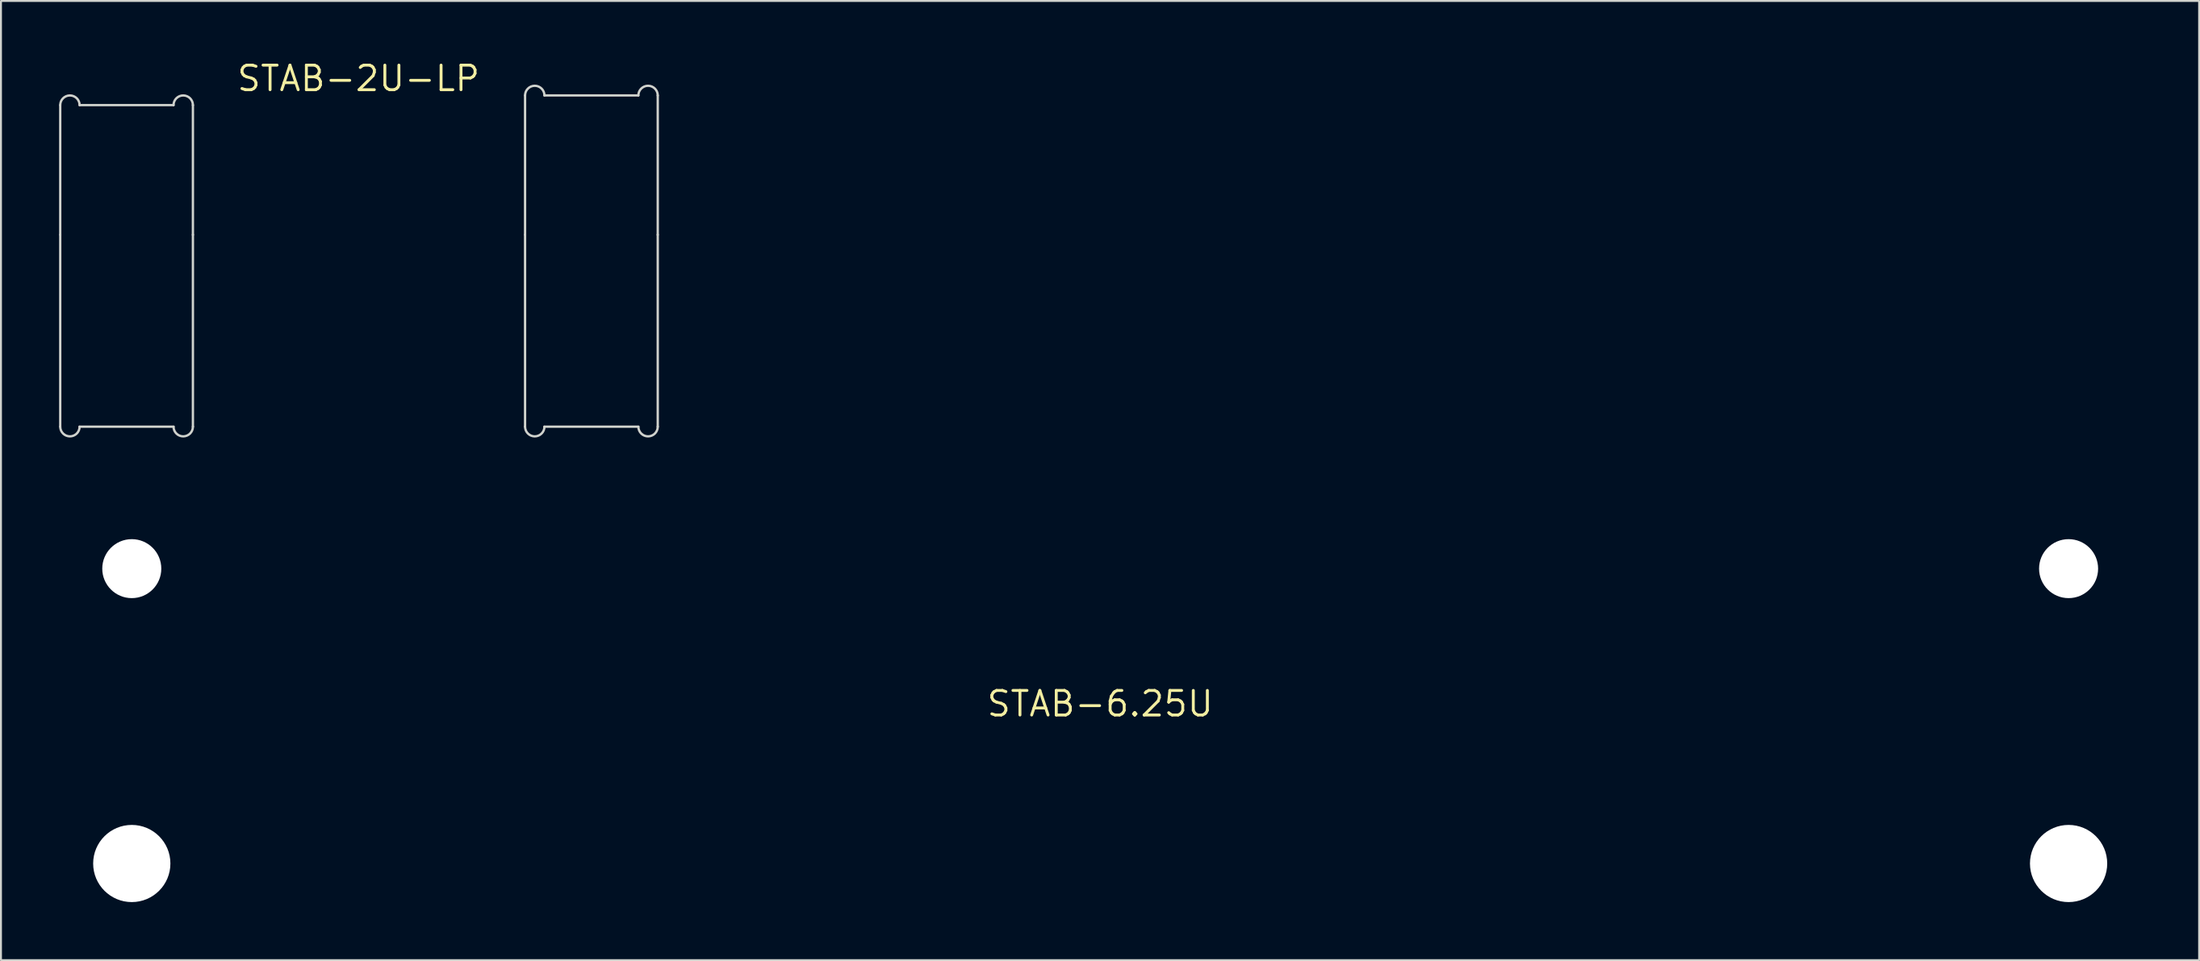
<source format=kicad_pcb>
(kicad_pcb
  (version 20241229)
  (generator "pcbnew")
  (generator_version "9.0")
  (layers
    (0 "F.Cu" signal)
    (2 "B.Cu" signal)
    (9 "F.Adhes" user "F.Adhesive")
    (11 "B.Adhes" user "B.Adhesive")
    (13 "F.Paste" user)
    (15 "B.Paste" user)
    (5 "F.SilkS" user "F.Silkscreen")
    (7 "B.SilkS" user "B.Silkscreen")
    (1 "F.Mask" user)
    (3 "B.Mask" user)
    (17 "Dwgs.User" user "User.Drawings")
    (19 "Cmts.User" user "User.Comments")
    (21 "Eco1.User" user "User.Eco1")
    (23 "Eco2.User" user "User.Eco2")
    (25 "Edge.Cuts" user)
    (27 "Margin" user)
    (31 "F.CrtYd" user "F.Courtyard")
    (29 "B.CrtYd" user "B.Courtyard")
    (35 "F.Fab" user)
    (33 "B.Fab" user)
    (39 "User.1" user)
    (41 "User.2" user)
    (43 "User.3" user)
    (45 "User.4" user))
  (footprint "STAB-2U-LP"
    (layer "F.Cu")
    (at 15.485 9.083)
    (property "Reference" "STAB-2U-LP" (at -0.025 -8.077 0) (layer "F.SilkS") (effects (font (size 1.27 1.27) (thickness 0.15))))
    (attr board_only exclude_from_pos_files exclude_from_bom)
    (fp_line (start -15.425 0) (end -15.425 -6.7) (stroke (width 0.12) (type default)) (layer "Edge.Cuts"))
    (fp_line (start -15.425 0) (end -15.425 9.92) (stroke (width 0.12) (type default)) (layer "Edge.Cuts"))
    (fp_line (start -14.425 -6.7) (end -9.575 -6.7) (stroke (width 0.12) (type default)) (layer "Edge.Cuts"))
    (fp_line (start -14.425 9.92) (end -9.575 9.92) (stroke (width 0.12) (type default)) (layer "Edge.Cuts"))
    (fp_line (start -8.575 0) (end -8.575 -6.7) (stroke (width 0.12) (type default)) (layer "Edge.Cuts"))
    (fp_line (start -8.575 0) (end -8.575 9.92) (stroke (width 0.12) (type default)) (layer "Edge.Cuts"))
    (fp_line (start 8.575 0) (end 8.575 -7.2) (stroke (width 0.12) (type default)) (layer "Edge.Cuts"))
    (fp_line (start 8.575 0) (end 8.575 9.92) (stroke (width 0.12) (type default)) (layer "Edge.Cuts"))
    (fp_line (start 9.575 -7.2) (end 14.425 -7.2) (stroke (width 0.12) (type default)) (layer "Edge.Cuts"))
    (fp_line (start 9.575 9.92) (end 14.425 9.92) (stroke (width 0.12) (type default)) (layer "Edge.Cuts"))
    (fp_line (start 15.425 0) (end 15.425 -7.2) (stroke (width 0.12) (type default)) (layer "Edge.Cuts"))
    (fp_line (start 15.425 0) (end 15.425 9.92) (stroke (width 0.12) (type default)) (layer "Edge.Cuts"))
    (fp_arc (start -15.425 -6.7) (mid -14.925 -7.2) (end -14.425 -6.7) (stroke (width 0.12) (type default)) (layer "Edge.Cuts"))
    (fp_arc (start -14.425 9.92) (mid -14.925 10.42) (end -15.425 9.92) (stroke (width 0.12) (type default)) (layer "Edge.Cuts"))
    (fp_arc (start -9.575 -6.7) (mid -9.075 -7.2) (end -8.575 -6.7) (stroke (width 0.12) (type default)) (layer "Edge.Cuts"))
    (fp_arc (start -8.575 9.92) (mid -9.075 10.42) (end -9.575 9.92) (stroke (width 0.12) (type default)) (layer "Edge.Cuts"))
    (fp_arc (start 8.575 -7.2) (mid 9.075 -7.7) (end 9.575 -7.2) (stroke (width 0.12) (type default)) (layer "Edge.Cuts"))
    (fp_arc (start 9.575 9.92) (mid 9.075 10.42) (end 8.575 9.92) (stroke (width 0.12) (type default)) (layer "Edge.Cuts"))
    (fp_arc (start 14.425 -7.2) (mid 14.925 -7.7) (end 15.425 -7.2) (stroke (width 0.12) (type default)) (layer "Edge.Cuts"))
    (fp_arc (start 15.425 9.92) (mid 14.925 10.42) (end 14.425 9.92) (stroke (width 0.12) (type default)) (layer "Edge.Cuts")))
  (footprint "STAB-6.25U"
    (layer "F.Cu")
    (at 53.754 33.325)
    (property "Reference" "STAB-6.25U" (at 0 0 0) (layer "F.SilkS") (effects (font (size 1.27 1.27) (thickness 0.15))))
    (attr board_only exclude_from_pos_files exclude_from_bom)
    (pad "" np_thru_hole circle (at -50 -6.985) (size 3.048 3.048) (drill 3.048) (layers "*.Cu" "*.Mask"))
    (pad "" np_thru_hole circle (at -50 8.255) (size 3.988 3.988) (drill 3.988) (layers "*.Cu" "*.Mask"))
    (pad "" np_thru_hole circle (at 50 -6.985) (size 3.048 3.048) (drill 3.048) (layers "*.Cu" "*.Mask"))
    (pad "" np_thru_hole circle (at 50 8.255) (size 3.988 3.988) (drill 3.988) (layers "*.Cu" "*.Mask"))
    (zone (net_name "") (layer "F.Cu") (hatch edge 0.508) (connect_pads) (min_thickness 0.254) (filled_areas_thickness no) (keepout (tracks not_allowed) (vias not_allowed) (pads not_allowed) (copperpour not_allowed) (footprints allowed)) (placement (enabled no)) (fill) (polygon (pts (xy 5.842 26.31) (xy 5.81 25.946) (xy 5.716 25.593) (xy 5.561 25.262) (xy 5.352 24.963) (xy 5.093 24.705) (xy 4.794 24.495) (xy 4.463 24.341) (xy 4.11 24.246) (xy 3.747 24.214) (xy 3.383 24.246) (xy 3.03 24.341) (xy 2.699 24.495) (xy 2.4 24.705) (xy 2.141 24.963) (xy 1.932 25.262) (xy 1.777 25.593) (xy 1.683 25.946) (xy 1.651 26.31) (xy 1.683 26.674) (xy 1.777 27.027) (xy 1.932 27.358) (xy 2.141 27.657) (xy 2.4 27.915) (xy 2.699 28.125) (xy 3.03 28.279) (xy 3.383 28.374) (xy 3.747 28.405) (xy 4.11 28.374) (xy 4.463 28.279) (xy 4.794 28.125) (xy 5.093 27.915) (xy 5.352 27.657) (xy 5.561 27.358) (xy 5.716 27.027) (xy 5.81 26.674))) (polygon (pts (xy 5.715 26.31) (xy 5.685 25.968) (xy 5.596 25.637) (xy 5.451 25.326) (xy 5.254 25.045) (xy 5.012 24.802) (xy 4.731 24.605) (xy 4.42 24.46) (xy 4.088 24.371) (xy 3.747 24.341) (xy 3.405 24.371) (xy 3.073 24.46) (xy 2.762 24.605) (xy 2.481 24.802) (xy 2.239 25.045) (xy 2.042 25.326) (xy 1.897 25.637) (xy 1.808 25.968) (xy 1.778 26.31) (xy 1.808 26.652) (xy 1.897 26.983) (xy 2.042 27.294) (xy 2.239 27.575) (xy 2.481 27.818) (xy 2.762 28.015) (xy 3.073 28.16) (xy 3.405 28.248) (xy 3.747 28.278) (xy 4.088 28.248) (xy 4.42 28.16) (xy 4.731 28.015) (xy 5.012 27.818) (xy 5.254 27.575) (xy 5.451 27.294) (xy 5.596 26.983) (xy 5.685 26.652))))
    (zone (net_name "") (layer "F.Cu") (hatch edge 0.508) (connect_pads) (min_thickness 0.254) (filled_areas_thickness no) (keepout (tracks not_allowed) (vias not_allowed) (pads not_allowed) (copperpour not_allowed) (footprints allowed)) (placement (enabled no)) (fill) (polygon (pts (xy 105.842 26.31) (xy 105.81 25.946) (xy 105.715 25.593) (xy 105.561 25.262) (xy 105.352 24.963) (xy 105.093 24.705) (xy 104.794 24.495) (xy 104.463 24.341) (xy 104.11 24.246) (xy 103.746 24.214) (xy 103.382 24.246) (xy 103.03 24.341) (xy 102.699 24.495) (xy 102.399 24.705) (xy 102.141 24.963) (xy 101.932 25.262) (xy 101.777 25.593) (xy 101.683 25.946) (xy 101.651 26.31) (xy 101.683 26.674) (xy 101.777 27.027) (xy 101.932 27.358) (xy 102.141 27.657) (xy 102.399 27.915) (xy 102.699 28.125) (xy 103.03 28.279) (xy 103.382 28.374) (xy 103.746 28.405) (xy 104.11 28.374) (xy 104.463 28.279) (xy 104.794 28.125) (xy 105.093 27.915) (xy 105.352 27.657) (xy 105.561 27.358) (xy 105.715 27.027) (xy 105.81 26.674))) (polygon (pts (xy 105.715 26.31) (xy 105.685 25.968) (xy 105.596 25.637) (xy 105.451 25.326) (xy 105.254 25.045) (xy 105.012 24.802) (xy 104.731 24.605) (xy 104.42 24.46) (xy 104.088 24.371) (xy 103.746 24.341) (xy 103.404 24.371) (xy 103.073 24.46) (xy 102.762 24.605) (xy 102.481 24.802) (xy 102.238 25.045) (xy 102.042 25.326) (xy 101.897 25.637) (xy 101.808 25.968) (xy 101.778 26.31) (xy 101.808 26.652) (xy 101.897 26.983) (xy 102.042 27.294) (xy 102.238 27.575) (xy 102.481 27.818) (xy 102.762 28.015) (xy 103.073 28.16) (xy 103.404 28.248) (xy 103.746 28.278) (xy 104.088 28.248) (xy 104.42 28.16) (xy 104.731 28.015) (xy 105.012 27.818) (xy 105.254 27.575) (xy 105.451 27.294) (xy 105.596 26.983) (xy 105.685 26.652))))
    (zone (net_name "") (layer "B.Cu") (hatch edge 0.508) (connect_pads) (min_thickness 0.254) (filled_areas_thickness no) (keepout (tracks not_allowed) (vias not_allowed) (pads not_allowed) (copperpour not_allowed) (footprints allowed)) (placement (enabled no)) (fill) (polygon (pts (xy 7.493 26.31) (xy 7.436 25.659) (xy 7.267 25.029) (xy 6.991 24.437) (xy 6.616 23.902) (xy 6.155 23.44) (xy 5.62 23.065) (xy 5.028 22.789) (xy 4.397 22.62) (xy 3.747 22.563) (xy 3.096 22.62) (xy 2.465 22.789) (xy 1.873 23.065) (xy 1.338 23.44) (xy 0.877 23.902) (xy 0.502 24.437) (xy 0.226 25.029) (xy 0.057 25.659) (xy 0 26.31) (xy 0.057 26.96) (xy 0.226 27.591) (xy 0.502 28.183) (xy 0.877 28.718) (xy 1.338 29.18) (xy 1.873 29.554) (xy 2.465 29.83) (xy 3.096 29.999) (xy 3.747 30.056) (xy 4.397 29.999) (xy 5.028 29.83) (xy 5.62 29.554) (xy 6.155 29.18) (xy 6.616 28.718) (xy 6.991 28.183) (xy 7.267 27.591) (xy 7.436 26.96))) (polygon (pts (xy 7.366 26.31) (xy 7.311 25.681) (xy 7.148 25.072) (xy 6.881 24.5) (xy 6.519 23.983) (xy 6.073 23.537) (xy 5.556 23.175) (xy 4.984 22.909) (xy 4.375 22.745) (xy 3.747 22.69) (xy 3.118 22.745) (xy 2.509 22.909) (xy 1.937 23.175) (xy 1.42 23.537) (xy 0.974 23.983) (xy 0.612 24.5) (xy 0.345 25.072) (xy 0.182 25.681) (xy 0.127 26.31) (xy 0.182 26.938) (xy 0.345 27.548) (xy 0.612 28.12) (xy 0.974 28.636) (xy 1.42 29.083) (xy 1.937 29.444) (xy 2.509 29.711) (xy 3.118 29.874) (xy 3.747 29.929) (xy 4.375 29.874) (xy 4.984 29.711) (xy 5.556 29.444) (xy 6.073 29.083) (xy 6.519 28.636) (xy 6.881 28.12) (xy 7.148 27.548) (xy 7.311 26.938))))
    (zone (net_name "") (layer "B.Cu") (hatch edge 0.508) (connect_pads) (min_thickness 0.254) (filled_areas_thickness no) (keepout (tracks not_allowed) (vias not_allowed) (pads not_allowed) (copperpour not_allowed) (footprints allowed)) (placement (enabled no)) (fill) (polygon (pts (xy 107.493 26.31) (xy 107.436 25.659) (xy 107.267 25.029) (xy 106.991 24.437) (xy 106.616 23.902) (xy 106.155 23.44) (xy 105.62 23.065) (xy 105.028 22.789) (xy 104.397 22.62) (xy 103.746 22.563) (xy 103.096 22.62) (xy 102.465 22.789) (xy 101.873 23.065) (xy 101.338 23.44) (xy 100.876 23.902) (xy 100.502 24.437) (xy 100.226 25.029) (xy 100.057 25.659) (xy 100 26.31) (xy 100.057 26.96) (xy 100.226 27.591) (xy 100.502 28.183) (xy 100.876 28.718) (xy 101.338 29.18) (xy 101.873 29.554) (xy 102.465 29.83) (xy 103.096 29.999) (xy 103.746 30.056) (xy 104.397 29.999) (xy 105.028 29.83) (xy 105.62 29.554) (xy 106.155 29.18) (xy 106.616 28.718) (xy 106.991 28.183) (xy 107.267 27.591) (xy 107.436 26.96))) (polygon (pts (xy 107.366 26.31) (xy 107.311 25.681) (xy 107.148 25.072) (xy 106.881 24.5) (xy 106.519 23.983) (xy 106.073 23.537) (xy 105.556 23.175) (xy 104.984 22.909) (xy 104.375 22.745) (xy 103.746 22.69) (xy 103.118 22.745) (xy 102.508 22.909) (xy 101.937 23.175) (xy 101.42 23.537) (xy 100.974 23.983) (xy 100.612 24.5) (xy 100.345 25.072) (xy 100.182 25.681) (xy 100.127 26.31) (xy 100.182 26.938) (xy 100.345 27.548) (xy 100.612 28.12) (xy 100.974 28.636) (xy 101.42 29.083) (xy 101.937 29.444) (xy 102.508 29.711) (xy 103.118 29.874) (xy 103.746 29.929) (xy 104.375 29.874) (xy 104.984 29.711) (xy 105.556 29.444) (xy 106.073 29.083) (xy 106.519 28.636) (xy 106.881 28.12) (xy 107.148 27.548) (xy 107.311 26.938)))))
  (gr_rect
    (start -3 -3)
    (end 110.493 46.574)
    (stroke (width 0.1) (type default))
    (fill no)
    (layer "Edge.Cuts")))
</source>
